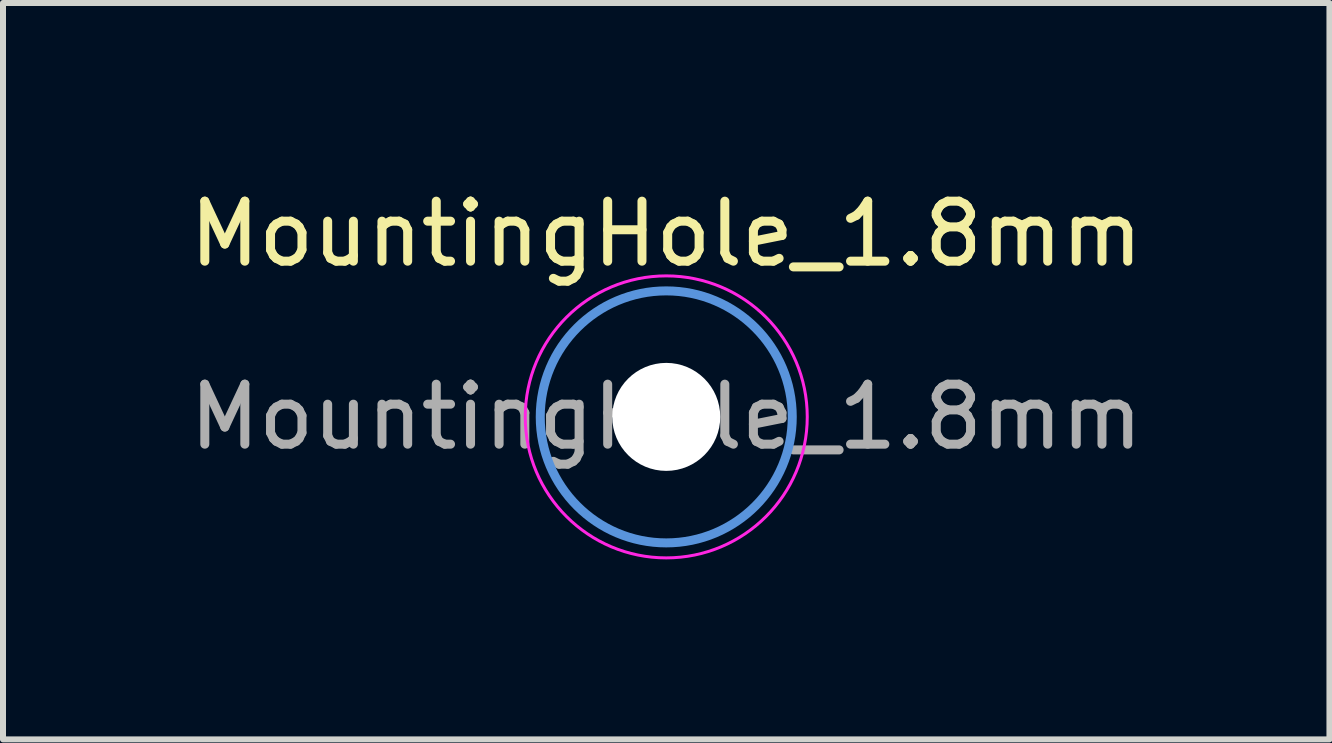
<source format=kicad_pcb>
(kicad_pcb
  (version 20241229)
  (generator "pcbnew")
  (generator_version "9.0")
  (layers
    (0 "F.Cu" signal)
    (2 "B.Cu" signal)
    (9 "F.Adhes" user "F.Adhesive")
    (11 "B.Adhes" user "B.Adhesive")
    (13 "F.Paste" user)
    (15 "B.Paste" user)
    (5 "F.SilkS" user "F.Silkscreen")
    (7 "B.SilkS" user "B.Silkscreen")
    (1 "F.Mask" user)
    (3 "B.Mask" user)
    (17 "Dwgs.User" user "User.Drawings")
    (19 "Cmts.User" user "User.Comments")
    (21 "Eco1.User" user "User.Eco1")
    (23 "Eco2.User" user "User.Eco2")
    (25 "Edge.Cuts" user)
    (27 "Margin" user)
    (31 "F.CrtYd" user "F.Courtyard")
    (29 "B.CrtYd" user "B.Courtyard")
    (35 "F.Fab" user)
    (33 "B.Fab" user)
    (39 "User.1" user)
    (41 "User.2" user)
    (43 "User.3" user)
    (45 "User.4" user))
  (footprint "MountingHole_1.8mm"
    (layer "F.Cu")
    (at 8.054 3.898)
    (property "Reference" "MountingHole_1.8mm" (at 0 -3.05 0) (layer "F.SilkS") (effects (font (size 1 1) (thickness 0.15))))
    (attr exclude_from_pos_files exclude_from_bom)
    (fp_circle (center 0 0) (end 2.1 0) (stroke (width 0.15) (type solid)) (fill no) (layer "Cmts.User"))
    (fp_circle (center 0 0) (end 2.35 0) (stroke (width 0.05) (type solid)) (fill no) (layer "F.CrtYd"))
    (fp_text user "${REFERENCE}" (at 0 0 0) (layer "F.Fab") (effects (font (size 1 1) (thickness 0.15))))
    (pad "" np_thru_hole circle (at 0 0) (size 1.8 1.8) (drill 1.8) (layers "*.Cu" "*.Mask")))
  (gr_rect
    (start -3 -3)
    (end 19.107 9.273)
    (stroke (width 0.1) (type default))
    (fill no)
    (layer "Edge.Cuts")))
</source>
